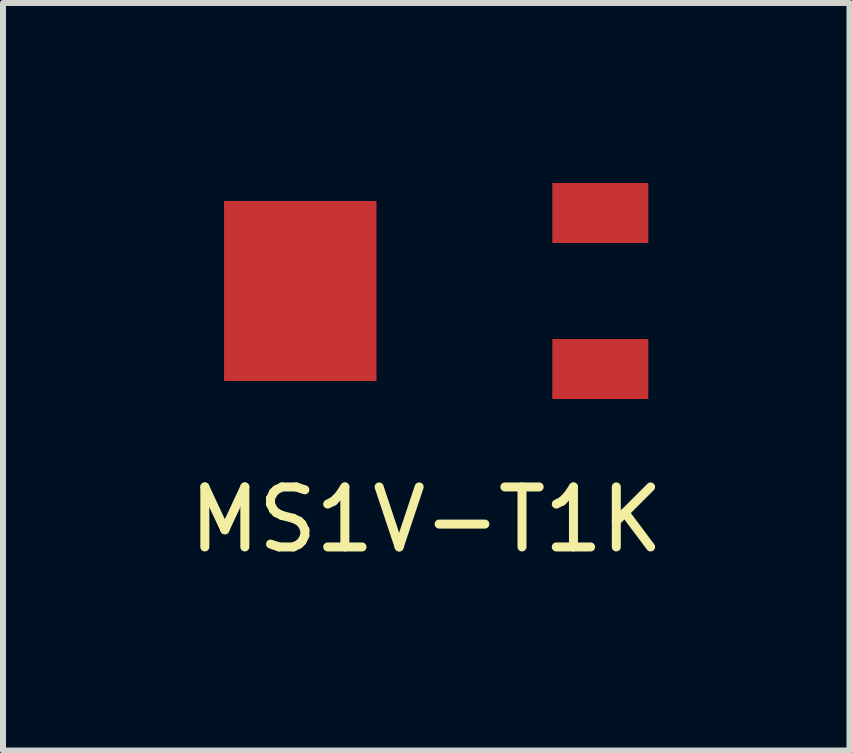
<source format=kicad_pcb>
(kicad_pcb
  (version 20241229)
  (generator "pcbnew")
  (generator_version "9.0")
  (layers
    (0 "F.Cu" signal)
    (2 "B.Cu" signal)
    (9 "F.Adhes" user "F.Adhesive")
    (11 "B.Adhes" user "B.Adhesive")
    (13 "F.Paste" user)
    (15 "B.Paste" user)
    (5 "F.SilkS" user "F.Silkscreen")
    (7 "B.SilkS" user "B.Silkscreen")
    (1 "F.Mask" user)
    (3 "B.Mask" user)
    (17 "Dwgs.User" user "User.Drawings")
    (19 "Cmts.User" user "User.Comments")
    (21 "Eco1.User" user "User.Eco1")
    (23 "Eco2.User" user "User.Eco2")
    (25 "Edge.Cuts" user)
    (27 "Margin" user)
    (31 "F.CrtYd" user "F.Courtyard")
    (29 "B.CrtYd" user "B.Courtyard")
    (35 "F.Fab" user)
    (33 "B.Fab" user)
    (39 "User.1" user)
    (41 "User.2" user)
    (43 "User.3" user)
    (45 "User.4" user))
  (footprint "MS1V-T1K"
    (layer "F.Cu")
    (at 4.054 1.8)
    (property "Reference" "MS1V-T1K" (at 0 3.81 0) (layer "F.SilkS") (effects (font (size 1 1) (thickness 0.15))))
    (attr through_hole)
    (pad "1" smd rect (at 2.9 -1.3) (size 1.6 1) (layers "F.Cu" "F.Mask" "F.Paste"))
    (pad "2" smd rect (at 2.9 1.3) (size 1.6 1) (layers "F.Cu" "F.Mask" "F.Paste"))
    (pad "3" smd rect (at -2.1 0) (size 2.54 3) (layers "F.Cu" "F.Mask" "F.Paste")))
  (gr_rect
    (start -3 -3)
    (end 11.107 9.458)
    (stroke (width 0.1) (type default))
    (fill no)
    (layer "Edge.Cuts")))
</source>
